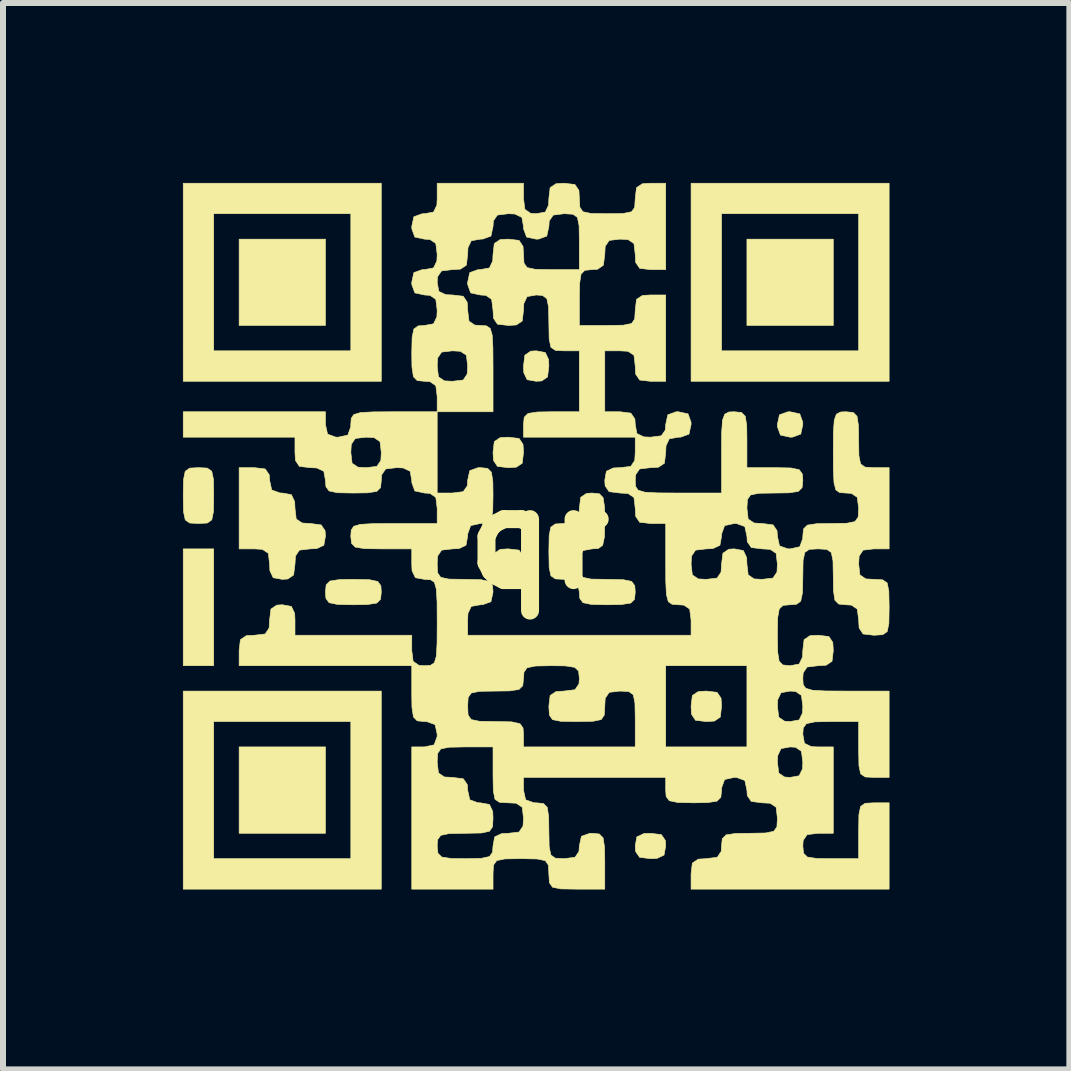
<source format=kicad_pcb>
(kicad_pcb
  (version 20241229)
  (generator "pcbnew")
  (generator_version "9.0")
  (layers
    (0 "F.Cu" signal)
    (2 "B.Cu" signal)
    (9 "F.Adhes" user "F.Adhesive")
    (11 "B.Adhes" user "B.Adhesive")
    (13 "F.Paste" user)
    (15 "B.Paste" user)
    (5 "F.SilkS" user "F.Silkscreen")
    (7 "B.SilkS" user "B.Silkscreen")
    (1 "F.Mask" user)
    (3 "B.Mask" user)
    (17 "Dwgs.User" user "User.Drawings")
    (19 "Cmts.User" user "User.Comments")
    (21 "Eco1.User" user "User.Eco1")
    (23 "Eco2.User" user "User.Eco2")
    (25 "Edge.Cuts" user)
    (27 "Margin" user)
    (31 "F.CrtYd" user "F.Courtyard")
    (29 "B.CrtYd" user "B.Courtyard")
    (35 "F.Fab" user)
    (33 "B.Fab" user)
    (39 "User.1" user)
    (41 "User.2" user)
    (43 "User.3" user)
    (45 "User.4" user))
  (footprint "qr"
    (layer "F.Cu")
    (at 5.932 5.932)
    (property "Reference" "qr" (at 0 0 0) (layer "F.SilkS") (effects (font (size 1.524 1.524) (thickness 0.3))))
    (attr through_hole)
    (fp_poly (pts (xy -5.419 2.117) (xy -5.927 2.117) (xy -5.927 0.169) (xy -5.419 0.169) (xy -5.419 2.117)) (stroke (width 0.01) (type solid)) (fill yes) (layer "F.SilkS"))
    (fp_poly (pts (xy -3.556 -3.556) (xy -4.995 -3.556) (xy -4.995 -4.995) (xy -3.556 -4.995) (xy -3.556 -3.556)) (stroke (width 0.01) (type solid)) (fill yes) (layer "F.SilkS"))
    (fp_poly (pts (xy -3.556 4.911) (xy -4.995 4.911) (xy -4.995 3.471) (xy -3.556 3.471) (xy -3.556 4.911)) (stroke (width 0.01) (type solid)) (fill yes) (layer "F.SilkS"))
    (fp_poly (pts (xy 4.911 -3.556) (xy 3.471 -3.556) (xy 3.471 -4.995) (xy 4.911 -4.995) (xy 4.911 -3.556)) (stroke (width 0.01) (type solid)) (fill yes) (layer "F.SilkS"))
    (fp_poly (pts (xy -2.625 -2.625) (xy -5.927 -2.625) (xy -5.927 -5.419) (xy -5.419 -5.419) (xy -5.419 -3.133) (xy -3.133 -3.133) (xy -3.133 -5.419) (xy -5.419 -5.419) (xy -5.927 -5.419) (xy -5.927 -5.927) (xy -2.625 -5.927) (xy -2.625 -2.625)) (stroke (width 0.01) (type solid)) (fill yes) (layer "F.SilkS"))
    (fp_poly (pts (xy -2.625 5.842) (xy -5.927 5.842) (xy -5.927 3.048) (xy -5.419 3.048) (xy -5.419 5.334) (xy -3.133 5.334) (xy -3.133 3.048) (xy -5.419 3.048) (xy -5.927 3.048) (xy -5.927 2.54) (xy -2.625 2.54) (xy -2.625 5.842)) (stroke (width 0.01) (type solid)) (fill yes) (layer "F.SilkS"))
    (fp_poly (pts (xy 5.842 -2.625) (xy 2.54 -2.625) (xy 2.54 -5.419) (xy 3.048 -5.419) (xy 3.048 -3.133) (xy 5.334 -3.133) (xy 5.334 -5.419) (xy 3.048 -5.419) (xy 2.54 -5.419) (xy 2.54 -5.927) (xy 5.842 -5.927) (xy 5.842 -2.625)) (stroke (width 0.01) (type solid)) (fill yes) (layer "F.SilkS"))
    (fp_poly (pts (xy -0.328 -1.672) (xy -0.262 -1.573) (xy -0.254 -1.439) (xy -0.275 -1.259) (xy -0.374 -1.193) (xy -0.508 -1.185) (xy -0.688 -1.206) (xy -0.754 -1.305) (xy -0.762 -1.439) (xy -0.741 -1.619) (xy -0.642 -1.686) (xy -0.508 -1.693) (xy -0.328 -1.672)) (stroke (width 0.01) (type solid)) (fill yes) (layer "F.SilkS"))
    (fp_poly (pts (xy -0.328 0.19) (xy -0.262 0.289) (xy -0.254 0.423) (xy -0.275 0.603) (xy -0.374 0.67) (xy -0.508 0.677) (xy -0.688 0.656) (xy -0.754 0.557) (xy -0.762 0.423) (xy -0.741 0.243) (xy -0.642 0.177) (xy -0.508 0.169) (xy -0.328 0.19)) (stroke (width 0.01) (type solid)) (fill yes) (layer "F.SilkS"))
    (fp_poly (pts (xy 0.109 -3.105) (xy 0.164 -2.989) (xy 0.169 -2.879) (xy 0.147 -2.697) (xy 0.05 -2.631) (xy -0.042 -2.625) (xy -0.194 -2.652) (xy -0.249 -2.768) (xy -0.254 -2.879) (xy -0.231 -3.06) (xy -0.134 -3.127) (xy -0.042 -3.133) (xy 0.109 -3.105)) (stroke (width 0.01) (type solid)) (fill yes) (layer "F.SilkS"))
    (fp_poly (pts (xy 2.044 4.933) (xy 2.111 5.03) (xy 2.117 5.122) (xy 2.089 5.274) (xy 1.973 5.329) (xy 1.863 5.334) (xy 1.681 5.311) (xy 1.615 5.214) (xy 1.609 5.122) (xy 1.636 4.971) (xy 1.752 4.916) (xy 1.863 4.911) (xy 2.044 4.933)) (stroke (width 0.01) (type solid)) (fill yes) (layer "F.SilkS"))
    (fp_poly (pts (xy 2.974 2.561) (xy 3.04 2.66) (xy 3.048 2.794) (xy 3.027 2.974) (xy 2.928 3.04) (xy 2.794 3.048) (xy 2.614 3.027) (xy 2.548 2.928) (xy 2.54 2.794) (xy 2.561 2.614) (xy 2.66 2.548) (xy 2.794 2.54) (xy 2.974 2.561)) (stroke (width 0.01) (type solid)) (fill yes) (layer "F.SilkS"))
    (fp_poly (pts (xy 4.352 -2.082) (xy 4.402 -1.944) (xy 4.403 -1.905) (xy 4.368 -1.744) (xy 4.23 -1.694) (xy 4.191 -1.693) (xy 4.03 -1.728) (xy 3.98 -1.866) (xy 3.979 -1.905) (xy 4.014 -2.066) (xy 4.152 -2.116) (xy 4.191 -2.117) (xy 4.352 -2.082)) (stroke (width 0.01) (type solid)) (fill yes) (layer "F.SilkS"))
    (fp_poly (pts (xy -2.824 0.683) (xy -2.685 0.712) (xy -2.632 0.783) (xy -2.625 0.889) (xy -2.637 1.01) (xy -2.701 1.073) (xy -2.858 1.097) (xy -3.09 1.101) (xy -3.357 1.095) (xy -3.496 1.066) (xy -3.548 0.995) (xy -3.556 0.889) (xy -3.544 0.768) (xy -3.48 0.705) (xy -3.323 0.681) (xy -3.09 0.677) (xy -2.824 0.683)) (stroke (width 0.01) (type solid)) (fill yes) (layer "F.SilkS"))
    (fp_poly (pts (xy -5.527 -1.178) (xy -5.452 -1.126) (xy -5.423 -0.99) (xy -5.419 -0.727) (xy -5.419 -0.72) (xy -5.423 -0.453) (xy -5.451 -0.315) (xy -5.525 -0.262) (xy -5.669 -0.254) (xy -5.673 -0.254) (xy -5.818 -0.262) (xy -5.893 -0.313) (xy -5.922 -0.449) (xy -5.927 -0.713) (xy -5.927 -0.72) (xy -5.922 -0.986) (xy -5.894 -1.124) (xy -5.82 -1.177) (xy -5.677 -1.185) (xy -5.673 -1.185) (xy -5.527 -1.178)) (stroke (width 0.01) (type solid)) (fill yes) (layer "F.SilkS"))
    (fp_poly (pts (xy -4.56 -1.163) (xy -4.493 -1.066) (xy -4.487 -0.974) (xy -4.452 -0.813) (xy -4.315 -0.763) (xy -4.276 -0.762) (xy -4.124 -0.735) (xy -4.069 -0.618) (xy -4.064 -0.508) (xy -4.043 -0.328) (xy -3.944 -0.262) (xy -3.81 -0.254) (xy -3.628 -0.231) (xy -3.562 -0.134) (xy -3.556 -0.042) (xy -3.583 0.109) (xy -3.7 0.164) (xy -3.81 0.169) (xy -3.99 0.19) (xy -4.056 0.289) (xy -4.064 0.423) (xy -4.087 0.605) (xy -4.184 0.671) (xy -4.276 0.677) (xy -4.427 0.65) (xy -4.482 0.534) (xy -4.487 0.423) (xy -4.508 0.243) (xy -4.607 0.177) (xy -4.741 0.169) (xy -4.995 0.169) (xy -4.995 -1.185) (xy -4.741 -1.185) (xy -4.56 -1.163)) (stroke (width 0.01) (type solid)) (fill yes) (layer "F.SilkS"))
    (fp_poly (pts (xy 1.01 -0.75) (xy 1.073 -0.686) (xy 1.097 -0.529) (xy 1.101 -0.296) (xy 1.095 -0.03) (xy 1.066 0.109) (xy 0.995 0.162) (xy 0.889 0.169) (xy 0.738 0.197) (xy 0.682 0.313) (xy 0.677 0.423) (xy 0.685 0.569) (xy 0.736 0.644) (xy 0.873 0.673) (xy 1.136 0.677) (xy 1.143 0.677) (xy 1.41 0.683) (xy 1.549 0.712) (xy 1.601 0.783) (xy 1.609 0.889) (xy 1.597 1.01) (xy 1.533 1.073) (xy 1.376 1.097) (xy 1.143 1.101) (xy 0.876 1.095) (xy 0.737 1.066) (xy 0.685 0.995) (xy 0.677 0.889) (xy 0.65 0.738) (xy 0.534 0.682) (xy 0.423 0.677) (xy 0.278 0.67) (xy 0.203 0.618) (xy 0.174 0.482) (xy 0.169 0.219) (xy 0.169 0.212) (xy 0.174 -0.055) (xy 0.202 -0.193) (xy 0.276 -0.246) (xy 0.419 -0.254) (xy 0.423 -0.254) (xy 0.603 -0.275) (xy 0.67 -0.374) (xy 0.677 -0.508) (xy 0.7 -0.69) (xy 0.797 -0.756) (xy 0.889 -0.762) (xy 1.01 -0.75)) (stroke (width 0.01) (type solid)) (fill yes) (layer "F.SilkS"))
    (fp_poly (pts (xy -0.254 -5.673) (xy -0.231 -5.491) (xy -0.134 -5.425) (xy -0.042 -5.419) (xy 0.109 -5.446) (xy 0.164 -5.562) (xy 0.169 -5.673) (xy 0.19 -5.853) (xy 0.289 -5.919) (xy 0.423 -5.927) (xy 0.603 -5.906) (xy 0.67 -5.807) (xy 0.677 -5.673) (xy 0.685 -5.527) (xy 0.736 -5.452) (xy 0.873 -5.423) (xy 1.136 -5.419) (xy 1.143 -5.419) (xy 1.409 -5.423) (xy 1.548 -5.451) (xy 1.6 -5.525) (xy 1.609 -5.669) (xy 1.609 -5.673) (xy 1.63 -5.853) (xy 1.729 -5.919) (xy 1.863 -5.927) (xy 2.117 -5.927) (xy 2.117 -4.487) (xy 1.863 -4.487) (xy 1.683 -4.508) (xy 1.616 -4.607) (xy 1.609 -4.741) (xy 1.588 -4.921) (xy 1.489 -4.988) (xy 1.355 -4.995) (xy 1.175 -4.974) (xy 1.108 -4.875) (xy 1.101 -4.741) (xy 1.078 -4.56) (xy 0.981 -4.493) (xy 0.889 -4.487) (xy 0.768 -4.475) (xy 0.705 -4.411) (xy 0.681 -4.254) (xy 0.677 -4.022) (xy 0.677 -3.556) (xy 1.143 -3.556) (xy 1.409 -3.56) (xy 1.548 -3.588) (xy 1.6 -3.663) (xy 1.609 -3.806) (xy 1.609 -3.81) (xy 1.63 -3.99) (xy 1.729 -4.056) (xy 1.863 -4.064) (xy 2.117 -4.064) (xy 2.117 -2.625) (xy 1.863 -2.625) (xy 1.683 -2.646) (xy 1.616 -2.745) (xy 1.609 -2.879) (xy 1.588 -3.059) (xy 1.489 -3.125) (xy 1.355 -3.133) (xy 1.101 -3.133) (xy 1.101 -2.117) (xy 1.355 -2.117) (xy 1.536 -2.094) (xy 1.603 -1.997) (xy 1.609 -1.905) (xy 1.636 -1.754) (xy 1.752 -1.698) (xy 1.863 -1.693) (xy 2.044 -1.716) (xy 2.111 -1.813) (xy 2.117 -1.905) (xy 2.152 -2.066) (xy 2.289 -2.116) (xy 2.328 -2.117) (xy 2.489 -2.082) (xy 2.539 -1.944) (xy 2.54 -1.905) (xy 2.505 -1.744) (xy 2.367 -1.694) (xy 2.328 -1.693) (xy 2.177 -1.666) (xy 2.122 -1.55) (xy 2.117 -1.439) (xy 2.096 -1.259) (xy 1.997 -1.193) (xy 1.863 -1.185) (xy 1.681 -1.163) (xy 1.615 -1.066) (xy 1.609 -0.974) (xy 1.615 -0.871) (xy 1.657 -0.809) (xy 1.769 -0.776) (xy 1.983 -0.764) (xy 2.328 -0.762) (xy 3.048 -0.762) (xy 3.048 -1.439) (xy 3.05 -1.775) (xy 3.064 -1.976) (xy 3.101 -2.077) (xy 3.17 -2.113) (xy 3.26 -2.117) (xy 3.381 -2.105) (xy 3.444 -2.041) (xy 3.468 -1.884) (xy 3.471 -1.651) (xy 3.471 -1.185) (xy 3.937 -1.185) (xy 4.204 -1.18) (xy 4.343 -1.151) (xy 4.395 -1.079) (xy 4.403 -0.974) (xy 4.391 -0.852) (xy 4.327 -0.789) (xy 4.17 -0.765) (xy 3.937 -0.762) (xy 3.671 -0.758) (xy 3.532 -0.73) (xy 3.48 -0.655) (xy 3.471 -0.512) (xy 3.471 -0.508) (xy 3.492 -0.328) (xy 3.591 -0.262) (xy 3.725 -0.254) (xy 3.907 -0.231) (xy 3.973 -0.134) (xy 3.979 -0.042) (xy 4.014 0.119) (xy 4.152 0.168) (xy 4.191 0.169) (xy 4.352 0.134) (xy 4.402 -0.003) (xy 4.403 -0.042) (xy 4.415 -0.164) (xy 4.479 -0.227) (xy 4.636 -0.251) (xy 4.868 -0.254) (xy 5.135 -0.258) (xy 5.273 -0.286) (xy 5.326 -0.361) (xy 5.334 -0.504) (xy 5.334 -0.508) (xy 5.311 -0.69) (xy 5.214 -0.756) (xy 5.122 -0.762) (xy 5.017 -0.769) (xy 4.954 -0.814) (xy 4.923 -0.931) (xy 4.912 -1.154) (xy 4.911 -1.439) (xy 4.913 -1.775) (xy 4.927 -1.976) (xy 4.963 -2.077) (xy 5.033 -2.113) (xy 5.122 -2.117) (xy 5.244 -2.105) (xy 5.307 -2.041) (xy 5.331 -1.884) (xy 5.334 -1.651) (xy 5.338 -1.385) (xy 5.366 -1.246) (xy 5.441 -1.194) (xy 5.584 -1.185) (xy 5.842 -1.185) (xy 5.842 0.169) (xy 5.588 0.169) (xy 5.408 0.19) (xy 5.342 0.289) (xy 5.334 0.423) (xy 5.355 0.603) (xy 5.454 0.67) (xy 5.588 0.677) (xy 5.733 0.685) (xy 5.809 0.736) (xy 5.837 0.873) (xy 5.842 1.136) (xy 5.842 1.143) (xy 5.838 1.409) (xy 5.81 1.548) (xy 5.735 1.6) (xy 5.592 1.609) (xy 5.588 1.609) (xy 5.408 1.588) (xy 5.342 1.489) (xy 5.334 1.355) (xy 5.311 1.173) (xy 5.214 1.107) (xy 5.122 1.101) (xy 5.001 1.089) (xy 4.938 1.025) (xy 4.914 0.868) (xy 4.911 0.635) (xy 4.906 0.369) (xy 4.878 0.23) (xy 4.804 0.178) (xy 4.661 0.169) (xy 4.657 0.169) (xy 4.511 0.177) (xy 4.436 0.228) (xy 4.407 0.365) (xy 4.403 0.628) (xy 4.403 0.635) (xy 4.397 0.902) (xy 4.368 1.041) (xy 4.297 1.093) (xy 4.191 1.101) (xy 4.074 1.111) (xy 4.01 1.17) (xy 3.984 1.317) (xy 3.979 1.591) (xy 3.979 1.609) (xy 3.984 1.89) (xy 4.008 2.042) (xy 4.069 2.104) (xy 4.184 2.117) (xy 4.191 2.117) (xy 4.342 2.089) (xy 4.398 1.973) (xy 4.403 1.863) (xy 4.424 1.683) (xy 4.523 1.616) (xy 4.657 1.609) (xy 4.837 1.63) (xy 4.903 1.729) (xy 4.911 1.863) (xy 4.89 2.043) (xy 4.791 2.109) (xy 4.657 2.117) (xy 4.475 2.139) (xy 4.409 2.236) (xy 4.403 2.328) (xy 4.409 2.431) (xy 4.451 2.493) (xy 4.563 2.526) (xy 4.777 2.538) (xy 5.122 2.54) (xy 5.842 2.54) (xy 5.842 3.979) (xy 5.588 3.979) (xy 5.443 3.972) (xy 5.367 3.92) (xy 5.339 3.784) (xy 5.334 3.521) (xy 5.334 3.048) (xy 4.868 3.048) (xy 4.602 3.053) (xy 4.463 3.083) (xy 4.41 3.154) (xy 4.403 3.26) (xy 4.43 3.411) (xy 4.546 3.466) (xy 4.657 3.471) (xy 4.911 3.471) (xy 4.911 4.911) (xy 4.657 4.911) (xy 4.475 4.933) (xy 4.409 5.03) (xy 4.403 5.122) (xy 4.415 5.244) (xy 4.479 5.307) (xy 4.636 5.331) (xy 4.868 5.334) (xy 5.334 5.334) (xy 5.334 4.868) (xy 5.338 4.602) (xy 5.366 4.464) (xy 5.441 4.411) (xy 5.584 4.403) (xy 5.588 4.403) (xy 5.842 4.403) (xy 5.842 5.842) (xy 2.54 5.842) (xy 2.54 5.588) (xy 2.561 5.408) (xy 2.66 5.342) (xy 2.794 5.334) (xy 2.976 5.311) (xy 3.042 5.214) (xy 3.048 5.122) (xy 3.06 5.001) (xy 3.124 4.938) (xy 3.281 4.914) (xy 3.514 4.911) (xy 3.78 4.906) (xy 3.918 4.878) (xy 3.971 4.804) (xy 3.979 4.661) (xy 3.979 4.657) (xy 3.958 4.477) (xy 3.859 4.41) (xy 3.725 4.403) (xy 3.544 4.38) (xy 3.477 4.283) (xy 3.471 4.191) (xy 3.436 4.03) (xy 3.299 3.98) (xy 3.26 3.979) (xy 3.099 4.014) (xy 3.049 4.152) (xy 3.048 4.191) (xy 3.036 4.312) (xy 2.972 4.375) (xy 2.815 4.399) (xy 2.582 4.403) (xy 2.316 4.397) (xy 2.177 4.368) (xy 2.124 4.297) (xy 2.117 4.191) (xy 2.117 3.979) (xy -0.254 3.979) (xy -0.254 4.191) (xy -0.219 4.352) (xy -0.081 4.402) (xy -0.042 4.403) (xy 0.079 4.415) (xy 0.142 4.479) (xy 0.166 4.636) (xy 0.169 4.868) (xy 0.174 5.135) (xy 0.202 5.273) (xy 0.276 5.326) (xy 0.419 5.334) (xy 0.423 5.334) (xy 0.605 5.311) (xy 0.671 5.214) (xy 0.677 5.122) (xy 0.712 4.961) (xy 0.85 4.912) (xy 0.889 4.911) (xy 1.01 4.923) (xy 1.073 4.987) (xy 1.097 5.144) (xy 1.101 5.376) (xy 1.101 5.842) (xy 0.635 5.842) (xy 0.369 5.838) (xy 0.23 5.81) (xy 0.178 5.735) (xy 0.169 5.592) (xy 0.169 5.588) (xy 0.162 5.443) (xy 0.11 5.367) (xy -0.026 5.339) (xy -0.289 5.334) (xy -0.296 5.334) (xy -0.563 5.338) (xy -0.701 5.366) (xy -0.754 5.441) (xy -0.762 5.584) (xy -0.762 5.842) (xy -2.117 5.842) (xy -2.117 3.725) (xy -1.693 3.725) (xy -1.672 3.905) (xy -1.573 3.972) (xy -1.439 3.979) (xy -1.258 4.002) (xy -1.191 4.099) (xy -1.185 4.191) (xy -1.15 4.352) (xy -1.013 4.402) (xy -0.974 4.403) (xy -0.822 4.43) (xy -0.767 4.546) (xy -0.762 4.657) (xy -0.77 4.802) (xy -0.821 4.877) (xy -0.957 4.906) (xy -1.221 4.911) (xy -1.228 4.911) (xy -1.494 4.916) (xy -1.633 4.945) (xy -1.686 5.017) (xy -1.693 5.122) (xy -1.681 5.244) (xy -1.617 5.307) (xy -1.46 5.331) (xy -1.228 5.334) (xy -0.961 5.329) (xy -0.822 5.299) (xy -0.77 5.228) (xy -0.762 5.122) (xy -0.735 4.971) (xy -0.618 4.916) (xy -0.508 4.911) (xy -0.328 4.89) (xy -0.262 4.791) (xy -0.254 4.657) (xy -0.275 4.477) (xy -0.374 4.41) (xy -0.508 4.403) (xy -0.653 4.395) (xy -0.729 4.344) (xy -0.757 4.207) (xy -0.762 3.944) (xy -0.762 3.725) (xy 3.979 3.725) (xy 4.002 3.907) (xy 4.099 3.973) (xy 4.191 3.979) (xy 4.342 3.952) (xy 4.398 3.836) (xy 4.403 3.725) (xy 4.38 3.544) (xy 4.283 3.477) (xy 4.191 3.471) (xy 4.04 3.499) (xy 3.984 3.615) (xy 3.979 3.725) (xy -0.762 3.725) (xy -0.762 3.471) (xy -1.228 3.471) (xy -1.494 3.476) (xy -1.632 3.504) (xy -1.685 3.578) (xy -1.693 3.721) (xy -1.693 3.725) (xy -2.117 3.725) (xy -2.117 3.471) (xy -1.905 3.471) (xy -1.744 3.436) (xy -1.694 3.299) (xy -1.693 3.26) (xy -1.728 3.099) (xy -1.866 3.049) (xy -1.905 3.048) (xy -2.026 3.036) (xy -2.089 2.972) (xy -2.113 2.815) (xy -2.114 2.794) (xy -1.185 2.794) (xy -1.178 2.939) (xy -1.126 3.015) (xy -0.99 3.043) (xy -0.727 3.048) (xy -0.72 3.048) (xy -0.453 3.053) (xy -0.314 3.083) (xy -0.262 3.154) (xy -0.254 3.26) (xy -0.254 3.471) (xy 1.609 3.471) (xy 1.609 3.006) (xy 1.604 2.739) (xy 1.576 2.601) (xy 1.502 2.548) (xy 1.359 2.54) (xy 1.355 2.54) (xy 1.175 2.561) (xy 1.108 2.66) (xy 1.101 2.794) (xy 1.093 2.939) (xy 1.042 3.015) (xy 0.905 3.043) (xy 0.642 3.048) (xy 0.635 3.048) (xy 0.369 3.044) (xy 0.23 3.016) (xy 0.178 2.941) (xy 0.169 2.798) (xy 0.169 2.794) (xy 0.19 2.614) (xy 0.289 2.548) (xy 0.423 2.54) (xy 0.605 2.517) (xy 0.671 2.42) (xy 0.677 2.328) (xy 0.665 2.207) (xy 0.601 2.144) (xy 0.444 2.12) (xy 0.212 2.117) (xy 2.117 2.117) (xy 2.117 3.471) (xy 3.471 3.471) (xy 3.471 2.794) (xy 3.979 2.794) (xy 4.002 2.976) (xy 4.099 3.042) (xy 4.191 3.048) (xy 4.342 3.021) (xy 4.398 2.904) (xy 4.403 2.794) (xy 4.38 2.612) (xy 4.283 2.546) (xy 4.191 2.54) (xy 4.04 2.567) (xy 3.984 2.684) (xy 3.979 2.794) (xy 3.471 2.794) (xy 3.471 2.117) (xy 2.117 2.117) (xy 0.212 2.117) (xy -0.055 2.122) (xy -0.194 2.151) (xy -0.246 2.223) (xy -0.254 2.328) (xy -0.266 2.45) (xy -0.33 2.513) (xy -0.487 2.537) (xy -0.72 2.54) (xy -0.986 2.544) (xy -1.124 2.572) (xy -1.177 2.647) (xy -1.185 2.79) (xy -1.185 2.794) (xy -2.114 2.794) (xy -2.117 2.582) (xy -2.117 2.117) (xy -4.995 2.117) (xy -4.995 1.863) (xy -4.974 1.683) (xy -4.875 1.616) (xy -4.741 1.609) (xy -4.561 1.588) (xy -4.495 1.489) (xy -4.487 1.355) (xy -4.465 1.173) (xy -4.368 1.107) (xy -4.276 1.101) (xy -4.124 1.128) (xy -4.069 1.244) (xy -4.064 1.355) (xy -4.064 1.609) (xy -2.117 1.609) (xy -2.117 1.863) (xy -2.094 2.044) (xy -1.997 2.111) (xy -1.905 2.117) (xy -1.803 2.11) (xy -1.74 2.068) (xy -1.707 1.957) (xy -1.695 1.743) (xy -1.693 1.397) (xy -1.695 1.049) (xy -1.708 0.836) (xy -1.74 0.725) (xy -1.803 0.684) (xy -1.905 0.677) (xy -2.056 0.65) (xy -2.112 0.534) (xy -2.117 0.423) (xy -2.117 0.169) (xy -2.625 0.169) (xy -2.906 0.165) (xy -3.058 0.14) (xy -3.12 0.079) (xy -3.133 -0.035) (xy -3.133 -0.042) (xy -3.126 -0.145) (xy -3.084 -0.207) (xy -2.973 -0.24) (xy -2.759 -0.252) (xy -2.413 -0.254) (xy -1.693 -0.254) (xy -1.693 -0.508) (xy -1.716 -0.69) (xy -1.813 -0.756) (xy -1.905 -0.762) (xy -2.066 -0.797) (xy -2.116 -0.935) (xy -2.117 -0.974) (xy -2.144 -1.125) (xy -2.26 -1.18) (xy -2.371 -1.185) (xy -2.552 -1.163) (xy -2.619 -1.066) (xy -2.625 -0.974) (xy -2.637 -0.852) (xy -2.701 -0.789) (xy -2.858 -0.765) (xy -3.09 -0.762) (xy -3.357 -0.767) (xy -3.496 -0.797) (xy -3.548 -0.868) (xy -3.556 -0.974) (xy -3.583 -1.125) (xy -3.7 -1.18) (xy -3.81 -1.185) (xy -3.99 -1.206) (xy -4.056 -1.305) (xy -4.064 -1.439) (xy -3.133 -1.439) (xy -3.112 -1.259) (xy -3.013 -1.193) (xy -2.879 -1.185) (xy -2.699 -1.206) (xy -2.632 -1.305) (xy -2.625 -1.439) (xy -2.646 -1.619) (xy -2.745 -1.686) (xy -2.879 -1.693) (xy -3.059 -1.672) (xy -3.125 -1.573) (xy -3.133 -1.439) (xy -4.064 -1.439) (xy -4.064 -1.693) (xy -5.927 -1.693) (xy -5.927 -2.117) (xy -3.556 -2.117) (xy -3.556 -1.905) (xy -3.521 -1.744) (xy -3.383 -1.694) (xy -3.344 -1.693) (xy -3.183 -1.728) (xy -3.134 -1.866) (xy -3.133 -1.905) (xy -3.126 -2.007) (xy -3.084 -2.07) (xy -2.973 -2.103) (xy -2.759 -2.115) (xy -2.413 -2.117) (xy -1.693 -2.117) (xy -1.693 -2.371) (xy -1.716 -2.552) (xy -1.813 -2.619) (xy -1.905 -2.625) (xy -2.026 -2.637) (xy -2.089 -2.701) (xy -2.113 -2.858) (xy -2.114 -2.879) (xy -1.693 -2.879) (xy -1.672 -2.699) (xy -1.573 -2.632) (xy -1.439 -2.625) (xy -1.259 -2.646) (xy -1.193 -2.745) (xy -1.185 -2.879) (xy -1.206 -3.059) (xy -1.305 -3.125) (xy -1.439 -3.133) (xy -1.619 -3.112) (xy -1.686 -3.013) (xy -1.693 -2.879) (xy -2.114 -2.879) (xy -2.117 -3.09) (xy -2.111 -3.357) (xy -2.082 -3.496) (xy -2.011 -3.548) (xy -1.905 -3.556) (xy -1.754 -3.583) (xy -1.698 -3.7) (xy -1.693 -3.81) (xy -1.716 -3.992) (xy -1.813 -4.058) (xy -1.905 -4.064) (xy -2.066 -4.099) (xy -2.116 -4.237) (xy -2.117 -4.276) (xy -1.693 -4.276) (xy -1.666 -4.124) (xy -1.55 -4.069) (xy -1.439 -4.064) (xy -1.259 -4.043) (xy -1.193 -3.944) (xy -1.185 -3.81) (xy -1.163 -3.628) (xy -1.066 -3.562) (xy -0.974 -3.556) (xy -0.871 -3.549) (xy -0.809 -3.507) (xy -0.776 -3.396) (xy -0.764 -3.182) (xy -0.762 -2.836) (xy -0.762 -2.117) (xy -1.693 -2.117) (xy -1.693 -0.762) (xy -1.439 -0.762) (xy -1.258 -0.785) (xy -1.191 -0.882) (xy -1.185 -0.974) (xy -1.15 -1.135) (xy -1.013 -1.184) (xy -0.974 -1.185) (xy -0.852 -1.173) (xy -0.789 -1.109) (xy -0.765 -0.952) (xy -0.762 -0.72) (xy -0.767 -0.453) (xy -0.797 -0.314) (xy -0.868 -0.262) (xy -0.974 -0.254) (xy -1.135 -0.219) (xy -1.184 -0.081) (xy -1.185 -0.042) (xy -1.213 0.109) (xy -1.329 0.164) (xy -1.439 0.169) (xy -1.619 0.19) (xy -1.686 0.289) (xy -1.693 0.423) (xy -1.686 0.569) (xy -1.634 0.644) (xy -1.498 0.673) (xy -1.235 0.677) (xy -1.228 0.677) (xy -0.961 0.683) (xy -0.822 0.712) (xy -0.77 0.783) (xy -0.762 0.889) (xy -0.797 1.05) (xy -0.935 1.1) (xy -0.974 1.101) (xy -1.125 1.128) (xy -1.18 1.244) (xy -1.185 1.355) (xy -1.185 1.609) (xy 2.54 1.609) (xy 2.54 1.355) (xy 2.517 1.173) (xy 2.42 1.107) (xy 2.328 1.101) (xy 2.223 1.093) (xy 2.16 1.049) (xy 2.129 0.932) (xy 2.118 0.709) (xy 2.117 0.423) (xy 2.54 0.423) (xy 2.561 0.603) (xy 2.66 0.67) (xy 2.794 0.677) (xy 2.974 0.656) (xy 3.04 0.557) (xy 3.048 0.423) (xy 3.071 0.242) (xy 3.168 0.175) (xy 3.26 0.169) (xy 3.411 0.197) (xy 3.466 0.313) (xy 3.471 0.423) (xy 3.492 0.603) (xy 3.591 0.67) (xy 3.725 0.677) (xy 3.905 0.656) (xy 3.972 0.557) (xy 3.979 0.423) (xy 3.958 0.243) (xy 3.859 0.177) (xy 3.725 0.169) (xy 3.544 0.147) (xy 3.477 0.05) (xy 3.471 -0.042) (xy 3.436 -0.203) (xy 3.299 -0.253) (xy 3.26 -0.254) (xy 3.099 -0.219) (xy 3.049 -0.081) (xy 3.048 -0.042) (xy 3.021 0.109) (xy 2.904 0.164) (xy 2.794 0.169) (xy 2.614 0.19) (xy 2.548 0.289) (xy 2.54 0.423) (xy 2.117 0.423) (xy 2.117 -0.254) (xy 1.863 -0.254) (xy 1.683 -0.275) (xy 1.616 -0.374) (xy 1.609 -0.508) (xy 1.588 -0.688) (xy 1.489 -0.754) (xy 1.355 -0.762) (xy 1.173 -0.785) (xy 1.107 -0.882) (xy 1.101 -0.974) (xy 1.128 -1.125) (xy 1.244 -1.18) (xy 1.355 -1.185) (xy 1.535 -1.206) (xy 1.601 -1.305) (xy 1.609 -1.439) (xy 1.609 -1.693) (xy -0.254 -1.693) (xy -0.254 -1.905) (xy -0.242 -2.026) (xy -0.178 -2.089) (xy -0.021 -2.113) (xy 0.212 -2.117) (xy 0.677 -2.117) (xy 0.677 -3.133) (xy 0.423 -3.133) (xy 0.278 -3.14) (xy 0.203 -3.192) (xy 0.174 -3.328) (xy 0.169 -3.591) (xy 0.169 -3.598) (xy 0.164 -3.865) (xy 0.135 -4.004) (xy 0.063 -4.056) (xy -0.042 -4.064) (xy -0.194 -4.037) (xy -0.249 -3.92) (xy -0.254 -3.81) (xy -0.275 -3.63) (xy -0.374 -3.564) (xy -0.508 -3.556) (xy -0.688 -3.577) (xy -0.754 -3.676) (xy -0.762 -3.81) (xy -0.785 -3.992) (xy -0.882 -4.058) (xy -0.974 -4.064) (xy -1.135 -4.099) (xy -1.184 -4.237) (xy -1.185 -4.276) (xy -1.15 -4.437) (xy -1.013 -4.486) (xy -0.974 -4.487) (xy -0.822 -4.515) (xy -0.767 -4.631) (xy -0.762 -4.741) (xy -0.741 -4.921) (xy -0.642 -4.988) (xy -0.508 -4.995) (xy -0.328 -4.974) (xy -0.262 -4.875) (xy -0.254 -4.741) (xy -0.246 -4.596) (xy -0.195 -4.521) (xy -0.059 -4.492) (xy 0.205 -4.487) (xy 0.677 -4.487) (xy 0.677 -4.953) (xy 0.673 -5.219) (xy 0.645 -5.358) (xy 0.571 -5.41) (xy 0.427 -5.419) (xy 0.423 -5.419) (xy 0.242 -5.396) (xy 0.175 -5.299) (xy 0.169 -5.207) (xy 0.134 -5.046) (xy -0.003 -4.996) (xy -0.042 -4.995) (xy -0.203 -5.03) (xy -0.253 -5.168) (xy -0.254 -5.207) (xy -0.281 -5.358) (xy -0.398 -5.414) (xy -0.508 -5.419) (xy -0.69 -5.396) (xy -0.756 -5.299) (xy -0.762 -5.207) (xy -0.797 -5.046) (xy -0.935 -4.996) (xy -0.974 -4.995) (xy -1.125 -4.968) (xy -1.18 -4.852) (xy -1.185 -4.741) (xy -1.206 -4.561) (xy -1.305 -4.495) (xy -1.439 -4.487) (xy -1.621 -4.465) (xy -1.687 -4.368) (xy -1.693 -4.276) (xy -2.117 -4.276) (xy -2.082 -4.437) (xy -1.944 -4.486) (xy -1.905 -4.487) (xy -1.754 -4.515) (xy -1.698 -4.631) (xy -1.693 -4.741) (xy -1.716 -4.923) (xy -1.813 -4.989) (xy -1.905 -4.995) (xy -2.066 -5.03) (xy -2.116 -5.168) (xy -2.117 -5.207) (xy -2.082 -5.368) (xy -1.944 -5.418) (xy -1.905 -5.419) (xy -1.754 -5.446) (xy -1.698 -5.562) (xy -1.693 -5.673) (xy -1.693 -5.927) (xy -0.254 -5.927) (xy -0.254 -5.673)) (stroke (width 0.01) (type solid)) (fill yes) (layer "F.SilkS")))
  (gr_rect
    (start -3 -3)
    (end 14.779 14.779)
    (stroke (width 0.1) (type default))
    (fill no)
    (layer "Edge.Cuts")))
</source>
